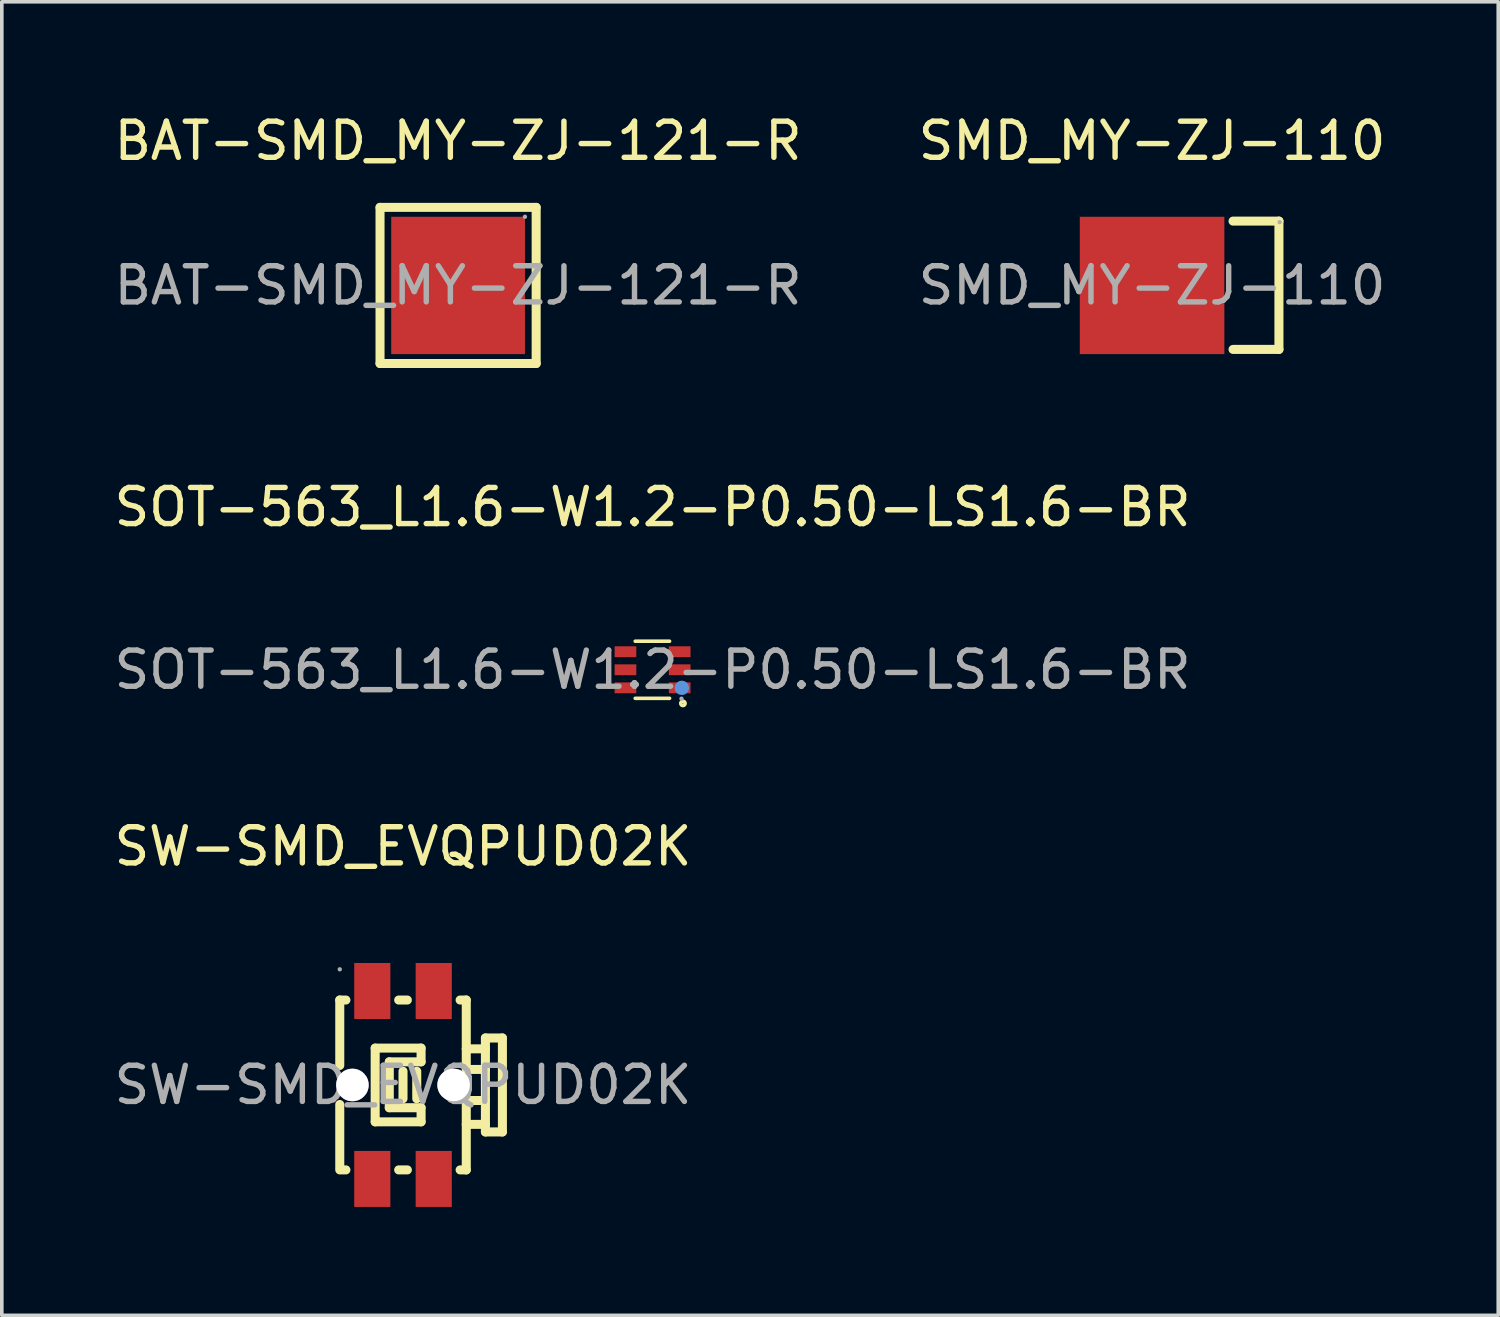
<source format=kicad_pcb>
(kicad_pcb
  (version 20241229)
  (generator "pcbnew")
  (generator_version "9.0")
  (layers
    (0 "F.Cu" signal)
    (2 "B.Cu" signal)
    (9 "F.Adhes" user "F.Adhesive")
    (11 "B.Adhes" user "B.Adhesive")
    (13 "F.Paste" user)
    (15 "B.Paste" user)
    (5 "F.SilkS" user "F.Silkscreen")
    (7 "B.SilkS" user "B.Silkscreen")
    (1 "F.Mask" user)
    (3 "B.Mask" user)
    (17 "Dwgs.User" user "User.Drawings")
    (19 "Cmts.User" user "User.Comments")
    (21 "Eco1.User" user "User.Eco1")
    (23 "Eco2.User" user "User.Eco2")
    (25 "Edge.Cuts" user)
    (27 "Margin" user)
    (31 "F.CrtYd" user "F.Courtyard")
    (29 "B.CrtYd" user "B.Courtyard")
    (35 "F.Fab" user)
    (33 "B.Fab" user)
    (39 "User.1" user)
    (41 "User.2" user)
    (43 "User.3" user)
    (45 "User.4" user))
  (footprint "SOT-563_L1.6-W1.2-P0.50-LS1.6-BR"
    (layer "F.Cu")
    (at 15.006 15.482)
    (property "Reference" "SOT-563_L1.6-W1.2-P0.50-LS1.6-BR" (at 0 -4.5 0) (layer "F.SilkS") (effects (font (size 1 1) (thickness 0.15))))
    (attr smd)
    (fp_line (start -0.48 -0.79) (end 0.47 -0.79) (stroke (width 0.1) (type solid)) (layer "F.SilkS"))
    (fp_line (start -0.48 0.79) (end 0.47 0.79) (stroke (width 0.1) (type solid)) (layer "F.SilkS"))
    (fp_circle (center 0.84 0.93) (end 0.9 0.93) (stroke (width 0.1) (type solid)) (fill no) (layer "F.SilkS"))
    (fp_circle (center 0.81 0.5) (end 0.91 0.5) (stroke (width 0.2) (type solid)) (fill no) (layer "Cmts.User"))
    (fp_circle (center 0.8 0.8) (end 0.83 0.8) (stroke (width 0.06) (type solid)) (fill no) (layer "F.Fab"))
    (fp_text user "${REFERENCE}" (at 0 0 0) (layer "F.Fab") (effects (font (size 1 1) (thickness 0.15))))
    (pad "1" smd rect (at 0.75 0.5 90) (size 0.3 0.6) (layers "F.Cu" "F.Mask" "F.Paste"))
    (pad "2" smd rect (at 0.75 0 90) (size 0.3 0.6) (layers "F.Cu" "F.Mask" "F.Paste"))
    (pad "3" smd rect (at 0.75 -0.5 90) (size 0.3 0.6) (layers "F.Cu" "F.Mask" "F.Paste"))
    (pad "4" smd rect (at -0.75 -0.5 90) (size 0.3 0.6) (layers "F.Cu" "F.Mask" "F.Paste"))
    (pad "5" smd rect (at -0.75 0 90) (size 0.3 0.6) (layers "F.Cu" "F.Mask" "F.Paste"))
    (pad "6" smd rect (at -0.75 0.5 90) (size 0.3 0.6) (layers "F.Cu" "F.Mask" "F.Paste")))
  (footprint "BAT-SMD_MY-ZJ-121-R"
    (layer "F.Cu")
    (at 9.625 4.848)
    (property "Reference" "BAT-SMD_MY-ZJ-121-R" (at 0 -4 0) (layer "F.SilkS") (effects (font (size 1 1) (thickness 0.15))))
    (attr through_hole)
    (fp_line (start -2.16 -2.16) (end -2.16 2.16) (stroke (width 0.25) (type solid)) (layer "F.SilkS"))
    (fp_line (start -2.16 2.16) (end 2.16 2.16) (stroke (width 0.25) (type solid)) (layer "F.SilkS"))
    (fp_line (start 2.16 -2.16) (end -2.16 -2.16) (stroke (width 0.25) (type solid)) (layer "F.SilkS"))
    (fp_line (start 2.16 2.16) (end 2.16 -2.16) (stroke (width 0.25) (type solid)) (layer "F.SilkS"))
    (fp_circle (center 1.85 -1.9) (end 1.88 -1.9) (stroke (width 0.06) (type solid)) (fill no) (layer "F.Fab"))
    (fp_text user "${REFERENCE}" (at 0 0 0) (layer "F.Fab") (effects (font (size 1 1) (thickness 0.15))))
    (pad "1" smd rect (at 0 0) (size 3.7 3.8) (layers "F.Cu" "F.Mask" "F.Paste")))
  (footprint "SMD_MY-ZJ-110"
    (layer "F.Cu")
    (at 28.827 4.848)
    (property "Reference" "SMD_MY-ZJ-110" (at 0 -4 0) (layer "F.SilkS") (effects (font (size 1 1) (thickness 0.15))))
    (attr through_hole)
    (fp_line (start 2.24 -1.78) (end 3.51 -1.78) (stroke (width 0.25) (type solid)) (layer "F.SilkS"))
    (fp_line (start 3.51 -1.78) (end 3.51 1.77) (stroke (width 0.25) (type solid)) (layer "F.SilkS"))
    (fp_line (start 3.51 1.77) (end 2.24 1.77) (stroke (width 0.25) (type solid)) (layer "F.SilkS"))
    (fp_circle (center 3.53 -1.75) (end 3.56 -1.75) (stroke (width 0.06) (type solid)) (fill no) (layer "F.Fab"))
    (fp_text user "${REFERENCE}" (at 0 0 0) (layer "F.Fab") (effects (font (size 1 1) (thickness 0.15))))
    (pad "1" smd rect (at 0 0) (size 4 3.8) (layers "F.Cu" "F.Mask" "F.Paste")))
  (footprint "SW-SMD_EVQPUD02K"
    (layer "F.Cu")
    (at 8.101 26.97)
    (property "Reference" "SW-SMD_EVQPUD02K" (at 0 -6.6 0) (layer "F.SilkS") (effects (font (size 1 1) (thickness 0.15))))
    (attr smd)
    (fp_line (start -1.75 -2.35) (end -1.75 -0.54) (stroke (width 0.25) (type solid)) (layer "F.SilkS"))
    (fp_line (start -1.75 0.54) (end -1.75 2.28) (stroke (width 0.25) (type solid)) (layer "F.SilkS"))
    (fp_line (start -1.75 2.35) (end -1.58 2.35) (stroke (width 0.25) (type solid)) (layer "F.SilkS"))
    (fp_line (start -1.58 -2.35) (end -1.75 -2.35) (stroke (width 0.25) (type solid)) (layer "F.SilkS"))
    (fp_line (start -0.77 -1.02) (end 0.5 -1.02) (stroke (width 0.25) (type solid)) (layer "F.SilkS"))
    (fp_line (start -0.77 1.02) (end -0.77 -1.02) (stroke (width 0.25) (type solid)) (layer "F.SilkS"))
    (fp_line (start -0.38 -0.64) (end 0.5 -0.64) (stroke (width 0.25) (type solid)) (layer "F.SilkS"))
    (fp_line (start -0.38 0.63) (end -0.38 -0.64) (stroke (width 0.25) (type solid)) (layer "F.SilkS"))
    (fp_line (start -0.12 2.35) (end 0.12 2.35) (stroke (width 0.25) (type solid)) (layer "F.SilkS"))
    (fp_line (start 0 0.38) (end 0 -0.38) (stroke (width 0.25) (type solid)) (layer "F.SilkS"))
    (fp_line (start 0.12 -2.35) (end -0.12 -2.35) (stroke (width 0.25) (type solid)) (layer "F.SilkS"))
    (fp_line (start 0.38 0.38) (end 0.38 -0.38) (stroke (width 0.25) (type solid)) (layer "F.SilkS"))
    (fp_line (start 0.5 -0.64) (end 0.5 -1.02) (stroke (width 0.25) (type solid)) (layer "F.SilkS"))
    (fp_line (start 0.5 0.63) (end -0.38 0.63) (stroke (width 0.25) (type solid)) (layer "F.SilkS"))
    (fp_line (start 0.5 1.02) (end -0.77 1.02) (stroke (width 0.25) (type solid)) (layer "F.SilkS"))
    (fp_line (start 0.5 1.02) (end 0.5 0.63) (stroke (width 0.25) (type solid)) (layer "F.SilkS"))
    (fp_line (start 1.58 2.35) (end 1.75 2.35) (stroke (width 0.25) (type solid)) (layer "F.SilkS"))
    (fp_line (start 1.75 -2.35) (end 1.58 -2.35) (stroke (width 0.25) (type solid)) (layer "F.SilkS"))
    (fp_line (start 1.75 -2.35) (end 1.75 -0.54) (stroke (width 0.25) (type solid)) (layer "F.SilkS"))
    (fp_line (start 1.75 0.54) (end 1.75 2.35) (stroke (width 0.25) (type solid)) (layer "F.SilkS"))
    (fp_line (start 2.28 -1) (end 1.75 -1) (stroke (width 0.25) (type solid)) (layer "F.SilkS"))
    (fp_line (start 2.28 -0.43) (end 1.75 -0.43) (stroke (width 0.25) (type solid)) (layer "F.SilkS"))
    (fp_line (start 2.28 0.43) (end 1.75 0.43) (stroke (width 0.25) (type solid)) (layer "F.SilkS"))
    (fp_line (start 2.28 1.09) (end 1.75 1.09) (stroke (width 0.25) (type solid)) (layer "F.SilkS"))
    (fp_line (start 2.28 1.3) (end 2.28 -1.3) (stroke (width 0.25) (type solid)) (layer "F.SilkS"))
    (fp_line (start 2.75 -1.3) (end 2.28 -1.3) (stroke (width 0.25) (type solid)) (layer "F.SilkS"))
    (fp_line (start 2.75 1.3) (end 2.28 1.3) (stroke (width 0.25) (type solid)) (layer "F.SilkS"))
    (fp_line (start 2.75 1.3) (end 2.75 -1.3) (stroke (width 0.25) (type solid)) (layer "F.SilkS"))
    (fp_circle (center -1.4 0) (end -1.24 0) (stroke (width 0.32) (type solid)) (fill no) (layer "Cmts.User"))
    (fp_circle (center 1.4 0) (end 1.56 0) (stroke (width 0.32) (type solid)) (fill no) (layer "Cmts.User"))
    (fp_circle (center -1.75 -3.2) (end -1.72 -3.2) (stroke (width 0.06) (type solid)) (fill no) (layer "F.Fab"))
    (fp_text user "${REFERENCE}" (at 0 0 0) (layer "F.Fab") (effects (font (size 1 1) (thickness 0.15))))
    (pad "" thru_hole circle (at -1.4 0) (size 0.9 0.9) (drill 0.9) (layers "*.Cu" "*.Mask"))
    (pad "" thru_hole circle (at 1.4 0) (size 0.9 0.9) (drill 0.9) (layers "*.Cu" "*.Mask"))
    (pad "1" smd rect (at -0.85 -2.6 180) (size 1 1.55) (layers "F.Cu" "F.Mask" "F.Paste"))
    (pad "2" smd rect (at 0.85 -2.6 180) (size 1 1.55) (layers "F.Cu" "F.Mask" "F.Paste"))
    (pad "3" smd rect (at -0.85 2.6 180) (size 1 1.55) (layers "F.Cu" "F.Mask" "F.Paste"))
    (pad "4" smd rect (at 0.85 2.6 180) (size 1 1.55) (layers "F.Cu" "F.Mask" "F.Paste")))
  (gr_rect
    (start -3 -3)
    (end 38.405 33.345)
    (stroke (width 0.1) (type default))
    (fill no)
    (layer "Edge.Cuts")))
</source>
